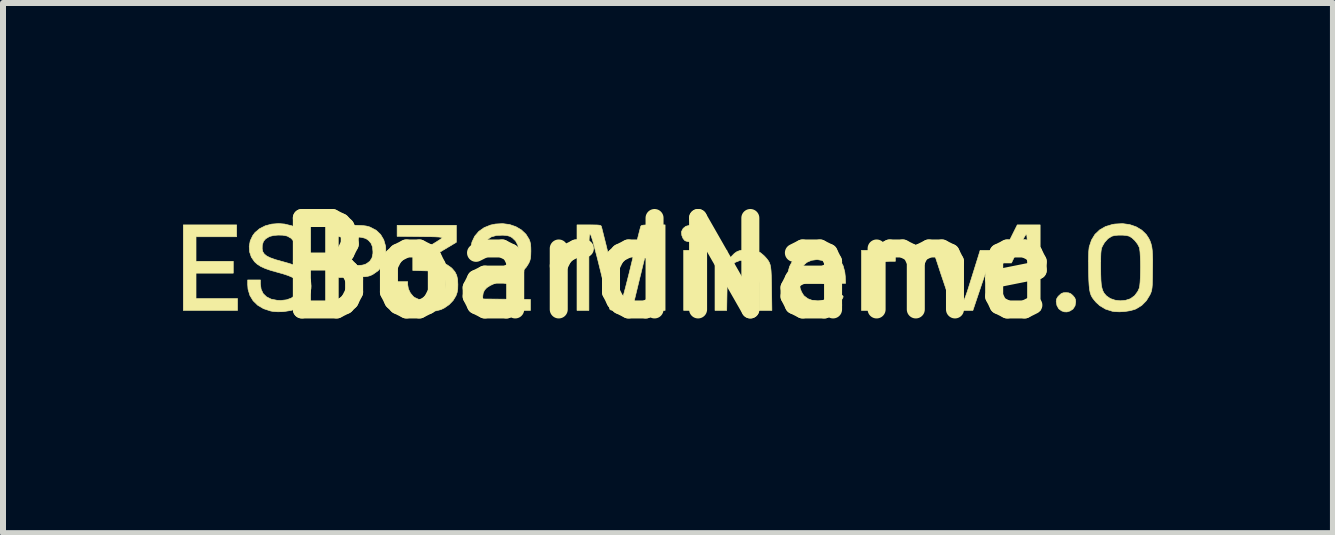
<source format=kicad_pcb>
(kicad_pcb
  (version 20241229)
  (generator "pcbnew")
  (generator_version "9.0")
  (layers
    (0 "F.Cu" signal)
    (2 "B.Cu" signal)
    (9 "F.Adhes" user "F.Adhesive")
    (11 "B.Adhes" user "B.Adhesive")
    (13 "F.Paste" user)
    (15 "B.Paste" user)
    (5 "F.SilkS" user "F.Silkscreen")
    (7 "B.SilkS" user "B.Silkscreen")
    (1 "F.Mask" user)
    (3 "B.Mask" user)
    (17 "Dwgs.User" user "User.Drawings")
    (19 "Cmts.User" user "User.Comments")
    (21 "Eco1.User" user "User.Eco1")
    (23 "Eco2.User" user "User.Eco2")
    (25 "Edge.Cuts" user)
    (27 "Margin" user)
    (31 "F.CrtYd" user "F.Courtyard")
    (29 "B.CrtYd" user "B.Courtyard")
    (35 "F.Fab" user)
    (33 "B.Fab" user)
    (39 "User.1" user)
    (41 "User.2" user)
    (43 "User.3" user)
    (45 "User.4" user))
  (footprint "BoardName"
    (layer "F.Cu")
    (at 8.077 1.418)
    (property "Reference" "BoardName" (at 0 0 0) (layer "F.SilkS") (effects (font (size 1.524 1.524) (thickness 0.3))))
    (attr through_hole)
    (fp_poly (pts (xy 0.466 0.706) (xy 0.268 0.706) (xy 0.268 -0.296) (xy 0.466 -0.296) (xy 0.466 0.706)) (stroke (width 0.01) (type solid)) (fill yes) (layer "F.SilkS"))
    (fp_poly (pts (xy -7.183 -0.522) (xy -7.86 -0.522) (xy -7.86 -0.113) (xy -7.239 -0.113) (xy -7.239 0.085) (xy -7.86 0.085) (xy -7.86 0.508) (xy -7.168 0.508) (xy -7.168 0.706) (xy -8.072 0.706) (xy -8.072 -0.72) (xy -7.183 -0.72) (xy -7.183 -0.522)) (stroke (width 0.01) (type solid)) (fill yes) (layer "F.SilkS"))
    (fp_poly (pts (xy 0.417 -0.704) (xy 0.429 -0.7) (xy 0.475 -0.672) (xy 0.5 -0.631) (xy 0.508 -0.572) (xy 0.508 -0.567) (xy 0.496 -0.508) (xy 0.462 -0.465) (xy 0.41 -0.441) (xy 0.375 -0.437) (xy 0.33 -0.443) (xy 0.292 -0.455) (xy 0.286 -0.459) (xy 0.257 -0.494) (xy 0.237 -0.543) (xy 0.231 -0.594) (xy 0.233 -0.611) (xy 0.259 -0.661) (xy 0.303 -0.696) (xy 0.358 -0.711) (xy 0.417 -0.704)) (stroke (width 0.01) (type solid)) (fill yes) (layer "F.SilkS"))
    (fp_poly (pts (xy 6.685 0.413) (xy 6.719 0.427) (xy 6.754 0.457) (xy 6.785 0.494) (xy 6.799 0.53) (xy 6.802 0.564) (xy 6.79 0.631) (xy 6.756 0.683) (xy 6.707 0.715) (xy 6.656 0.731) (xy 6.612 0.729) (xy 6.566 0.713) (xy 6.519 0.678) (xy 6.489 0.624) (xy 6.477 0.558) (xy 6.477 0.557) (xy 6.483 0.515) (xy 6.505 0.478) (xy 6.525 0.457) (xy 6.56 0.426) (xy 6.594 0.412) (xy 6.639 0.409) (xy 6.685 0.413)) (stroke (width 0.01) (type solid)) (fill yes) (layer "F.SilkS"))
    (fp_poly (pts (xy 3.429 -0.233) (xy 3.431 -0.195) (xy 3.437 -0.172) (xy 3.44 -0.169) (xy 3.455 -0.18) (xy 3.478 -0.205) (xy 3.484 -0.213) (xy 3.53 -0.257) (xy 3.592 -0.284) (xy 3.673 -0.296) (xy 3.704 -0.296) (xy 3.796 -0.296) (xy 3.796 -0.113) (xy 3.7 -0.113) (xy 3.607 -0.104) (xy 3.532 -0.077) (xy 3.477 -0.034) (xy 3.454 0) (xy 3.446 0.019) (xy 3.44 0.043) (xy 3.435 0.076) (xy 3.432 0.122) (xy 3.43 0.184) (xy 3.429 0.266) (xy 3.429 0.372) (xy 3.429 0.377) (xy 3.429 0.706) (xy 3.231 0.706) (xy 3.231 -0.296) (xy 3.429 -0.296) (xy 3.429 -0.233)) (stroke (width 0.01) (type solid)) (fill yes) (layer "F.SilkS"))
    (fp_poly (pts (xy 6.209 0.706) (xy 5.997 0.706) (xy 5.997 0.071) (xy 5.997 -0.085) (xy 5.997 -0.214) (xy 5.996 -0.319) (xy 5.994 -0.403) (xy 5.993 -0.466) (xy 5.99 -0.512) (xy 5.987 -0.542) (xy 5.984 -0.559) (xy 5.979 -0.564) (xy 5.979 -0.564) (xy 5.967 -0.552) (xy 5.946 -0.518) (xy 5.918 -0.467) (xy 5.884 -0.402) (xy 5.847 -0.327) (xy 5.846 -0.325) (xy 5.731 -0.085) (xy 5.624 -0.085) (xy 5.574 -0.086) (xy 5.536 -0.088) (xy 5.518 -0.091) (xy 5.517 -0.092) (xy 5.523 -0.106) (xy 5.541 -0.142) (xy 5.567 -0.196) (xy 5.601 -0.264) (xy 5.64 -0.344) (xy 5.673 -0.409) (xy 5.828 -0.72) (xy 6.209 -0.72) (xy 6.209 0.706)) (stroke (width 0.01) (type solid)) (fill yes) (layer "F.SilkS"))
    (fp_poly (pts (xy -5.366 -0.717) (xy -5.258 -0.715) (xy -5.174 -0.712) (xy -5.11 -0.71) (xy -5.062 -0.706) (xy -5.024 -0.701) (xy -4.994 -0.694) (xy -4.967 -0.686) (xy -4.951 -0.679) (xy -4.856 -0.629) (xy -4.783 -0.559) (xy -4.731 -0.471) (xy -4.701 -0.367) (xy -4.699 -0.355) (xy -4.695 -0.236) (xy -4.714 -0.129) (xy -4.758 -0.035) (xy -4.824 0.043) (xy -4.912 0.105) (xy -4.939 0.118) (xy -4.966 0.129) (xy -4.997 0.137) (xy -5.036 0.143) (xy -5.088 0.147) (xy -5.159 0.15) (xy -5.246 0.153) (xy -5.489 0.158) (xy -5.489 0.706) (xy -5.701 0.706) (xy -5.701 -0.522) (xy -5.489 -0.522) (xy -5.489 -0.042) (xy -5.284 -0.042) (xy -5.201 -0.043) (xy -5.14 -0.045) (xy -5.096 -0.048) (xy -5.064 -0.055) (xy -5.037 -0.064) (xy -5.022 -0.071) (xy -4.964 -0.113) (xy -4.928 -0.168) (xy -4.912 -0.241) (xy -4.911 -0.272) (xy -4.918 -0.351) (xy -4.942 -0.412) (xy -4.983 -0.46) (xy -5.016 -0.484) (xy -5.056 -0.501) (xy -5.108 -0.513) (xy -5.176 -0.519) (xy -5.266 -0.522) (xy -5.301 -0.522) (xy -5.489 -0.522) (xy -5.701 -0.522) (xy -5.701 -0.722) (xy -5.366 -0.717)) (stroke (width 0.01) (type solid)) (fill yes) (layer "F.SilkS"))
    (fp_poly (pts (xy 4.681 -0.166) (xy 4.698 -0.112) (xy 4.721 -0.037) (xy 4.749 0.052) (xy 4.779 0.148) (xy 4.809 0.244) (xy 4.813 0.257) (xy 4.846 0.363) (xy 4.873 0.443) (xy 4.894 0.5) (xy 4.91 0.534) (xy 4.922 0.549) (xy 4.925 0.55) (xy 4.935 0.541) (xy 4.95 0.512) (xy 4.969 0.463) (xy 4.995 0.39) (xy 5.026 0.292) (xy 5.037 0.257) (xy 5.067 0.161) (xy 5.097 0.065) (xy 5.125 -0.025) (xy 5.149 -0.102) (xy 5.167 -0.16) (xy 5.169 -0.166) (xy 5.209 -0.296) (xy 5.314 -0.296) (xy 5.364 -0.295) (xy 5.402 -0.292) (xy 5.419 -0.287) (xy 5.419 -0.286) (xy 5.415 -0.27) (xy 5.402 -0.231) (xy 5.383 -0.172) (xy 5.357 -0.094) (xy 5.327 -0.003) (xy 5.292 0.101) (xy 5.254 0.213) (xy 5.253 0.215) (xy 5.088 0.706) (xy 4.759 0.706) (xy 4.595 0.215) (xy 4.557 0.103) (xy 4.523 -0.001) (xy 4.493 -0.093) (xy 4.467 -0.17) (xy 4.448 -0.23) (xy 4.435 -0.27) (xy 4.431 -0.286) (xy 4.431 -0.286) (xy 4.444 -0.291) (xy 4.478 -0.295) (xy 4.527 -0.296) (xy 4.536 -0.296) (xy 4.64 -0.296) (xy 4.681 -0.166)) (stroke (width 0.01) (type solid)) (fill yes) (layer "F.SilkS"))
    (fp_poly (pts (xy 1.422 -0.299) (xy 1.491 -0.284) (xy 1.549 -0.255) (xy 1.604 -0.209) (xy 1.629 -0.183) (xy 1.657 -0.151) (xy 1.679 -0.121) (xy 1.696 -0.091) (xy 1.709 -0.055) (xy 1.718 -0.011) (xy 1.724 0.045) (xy 1.728 0.118) (xy 1.731 0.211) (xy 1.733 0.328) (xy 1.733 0.342) (xy 1.738 0.706) (xy 1.524 0.706) (xy 1.524 0.37) (xy 1.524 0.253) (xy 1.522 0.159) (xy 1.518 0.087) (xy 1.512 0.033) (xy 1.502 -0.008) (xy 1.488 -0.038) (xy 1.469 -0.062) (xy 1.444 -0.083) (xy 1.428 -0.094) (xy 1.358 -0.125) (xy 1.279 -0.135) (xy 1.2 -0.125) (xy 1.128 -0.096) (xy 1.083 -0.06) (xy 1.056 -0.03) (xy 1.035 0.001) (xy 1.02 0.036) (xy 1.009 0.079) (xy 1.001 0.135) (xy 0.996 0.208) (xy 0.992 0.301) (xy 0.99 0.399) (xy 0.985 0.706) (xy 0.79 0.706) (xy 0.79 -0.296) (xy 0.988 -0.296) (xy 0.988 -0.219) (xy 0.99 -0.176) (xy 0.996 -0.148) (xy 1.002 -0.141) (xy 1.019 -0.151) (xy 1.046 -0.176) (xy 1.068 -0.198) (xy 1.114 -0.245) (xy 1.158 -0.275) (xy 1.207 -0.293) (xy 1.27 -0.301) (xy 1.333 -0.303) (xy 1.422 -0.299)) (stroke (width 0.01) (type solid)) (fill yes) (layer "F.SilkS"))
    (fp_poly (pts (xy 2.585 -0.309) (xy 2.677 -0.286) (xy 2.758 -0.242) (xy 2.807 -0.203) (xy 2.878 -0.125) (xy 2.926 -0.037) (xy 2.953 0.065) (xy 2.961 0.136) (xy 2.967 0.254) (xy 2.201 0.254) (xy 2.201 0.29) (xy 2.21 0.341) (xy 2.233 0.399) (xy 2.265 0.451) (xy 2.276 0.464) (xy 2.337 0.51) (xy 2.416 0.54) (xy 2.505 0.55) (xy 2.589 0.541) (xy 2.657 0.513) (xy 2.716 0.461) (xy 2.732 0.442) (xy 2.775 0.385) (xy 2.855 0.426) (xy 2.898 0.448) (xy 2.921 0.464) (xy 2.926 0.478) (xy 2.92 0.496) (xy 2.915 0.505) (xy 2.88 0.554) (xy 2.829 0.607) (xy 2.769 0.654) (xy 2.712 0.689) (xy 2.706 0.691) (xy 2.632 0.714) (xy 2.543 0.726) (xy 2.45 0.728) (xy 2.365 0.718) (xy 2.342 0.712) (xy 2.249 0.674) (xy 2.163 0.617) (xy 2.093 0.547) (xy 2.078 0.526) (xy 2.029 0.429) (xy 2 0.318) (xy 1.99 0.201) (xy 2 0.099) (xy 2.198 0.099) (xy 2.764 0.099) (xy 2.749 0.046) (xy 2.715 -0.031) (xy 2.66 -0.088) (xy 2.588 -0.125) (xy 2.5 -0.141) (xy 2.484 -0.141) (xy 2.396 -0.129) (xy 2.32 -0.095) (xy 2.259 -0.041) (xy 2.218 0.028) (xy 2.208 0.06) (xy 2.198 0.099) (xy 2 0.099) (xy 2.002 0.084) (xy 2.033 -0.027) (xy 2.083 -0.122) (xy 2.153 -0.204) (xy 2.236 -0.263) (xy 2.335 -0.3) (xy 2.452 -0.315) (xy 2.477 -0.316) (xy 2.585 -0.309)) (stroke (width 0.01) (type solid)) (fill yes) (layer "F.SilkS"))
    (fp_poly (pts (xy -2.634 -0.726) (xy -2.529 -0.69) (xy -2.437 -0.636) (xy -2.361 -0.564) (xy -2.309 -0.481) (xy -2.294 -0.441) (xy -2.284 -0.398) (xy -2.28 -0.343) (xy -2.279 -0.282) (xy -2.281 -0.215) (xy -2.285 -0.167) (xy -2.294 -0.129) (xy -2.309 -0.092) (xy -2.317 -0.076) (xy -2.355 -0.016) (xy -2.403 0.037) (xy -2.465 0.084) (xy -2.545 0.128) (xy -2.645 0.171) (xy -2.77 0.216) (xy -2.776 0.218) (xy -2.88 0.255) (xy -2.958 0.291) (xy -3.015 0.328) (xy -3.052 0.369) (xy -3.073 0.415) (xy -3.08 0.459) (xy -3.083 0.515) (xy -2.685 0.519) (xy -2.286 0.523) (xy -2.286 0.706) (xy -3.302 0.706) (xy -3.302 0.617) (xy -3.293 0.483) (xy -3.268 0.368) (xy -3.227 0.274) (xy -3.171 0.202) (xy -3.164 0.196) (xy -3.101 0.15) (xy -3.014 0.105) (xy -2.902 0.059) (xy -2.799 0.023) (xy -2.69 -0.019) (xy -2.607 -0.063) (xy -2.547 -0.112) (xy -2.508 -0.169) (xy -2.488 -0.237) (xy -2.484 -0.297) (xy -2.496 -0.382) (xy -2.534 -0.453) (xy -2.592 -0.508) (xy -2.63 -0.529) (xy -2.673 -0.541) (xy -2.733 -0.547) (xy -2.746 -0.548) (xy -2.852 -0.544) (xy -2.938 -0.52) (xy -3.004 -0.476) (xy -3.051 -0.412) (xy -3.079 -0.328) (xy -3.082 -0.307) (xy -3.092 -0.24) (xy -3.292 -0.24) (xy -3.284 -0.323) (xy -3.261 -0.434) (xy -3.215 -0.531) (xy -3.147 -0.611) (xy -3.058 -0.674) (xy -2.951 -0.717) (xy -2.871 -0.734) (xy -2.75 -0.741) (xy -2.634 -0.726)) (stroke (width 0.01) (type solid)) (fill yes) (layer "F.SilkS"))
    (fp_poly (pts (xy -3.521 -0.43) (xy -3.757 -0.289) (xy -3.83 -0.245) (xy -3.894 -0.205) (xy -3.945 -0.171) (xy -3.979 -0.146) (xy -3.993 -0.133) (xy -3.993 -0.133) (xy -3.98 -0.123) (xy -3.943 -0.115) (xy -3.887 -0.109) (xy -3.884 -0.109) (xy -3.773 -0.093) (xy -3.682 -0.059) (xy -3.607 -0.007) (xy -3.591 0.008) (xy -3.545 0.062) (xy -3.516 0.119) (xy -3.5 0.187) (xy -3.496 0.273) (xy -3.496 0.275) (xy -3.498 0.349) (xy -3.508 0.407) (xy -3.527 0.461) (xy -3.528 0.463) (xy -3.574 0.539) (xy -3.641 0.609) (xy -3.722 0.665) (xy -3.778 0.692) (xy -3.859 0.713) (xy -3.955 0.726) (xy -4.054 0.728) (xy -4.144 0.719) (xy -4.163 0.716) (xy -4.279 0.677) (xy -4.376 0.619) (xy -4.451 0.544) (xy -4.505 0.452) (xy -4.536 0.345) (xy -4.54 0.308) (xy -4.548 0.226) (xy -4.332 0.226) (xy -4.332 0.278) (xy -4.32 0.347) (xy -4.287 0.416) (xy -4.24 0.472) (xy -4.219 0.489) (xy -4.141 0.525) (xy -4.052 0.543) (xy -3.959 0.542) (xy -3.906 0.531) (xy -3.854 0.512) (xy -3.805 0.487) (xy -3.784 0.472) (xy -3.74 0.419) (xy -3.711 0.352) (xy -3.7 0.278) (xy -3.707 0.207) (xy -3.733 0.147) (xy -3.735 0.143) (xy -3.767 0.108) (xy -3.806 0.082) (xy -3.856 0.064) (xy -3.924 0.053) (xy -4.013 0.046) (xy -4.06 0.045) (xy -4.247 0.04) (xy -4.247 -0.205) (xy -4.005 -0.346) (xy -3.93 -0.39) (xy -3.865 -0.43) (xy -3.811 -0.464) (xy -3.774 -0.489) (xy -3.758 -0.503) (xy -3.757 -0.504) (xy -3.762 -0.51) (xy -3.781 -0.514) (xy -3.817 -0.518) (xy -3.872 -0.521) (xy -3.949 -0.523) (xy -4.05 -0.524) (xy -4.13 -0.525) (xy -4.508 -0.529) (xy -4.508 -0.713) (xy -3.521 -0.713) (xy -3.521 -0.43)) (stroke (width 0.01) (type solid)) (fill yes) (layer "F.SilkS"))
    (fp_poly (pts (xy -6.384 -0.734) (xy -6.261 -0.704) (xy -6.159 -0.657) (xy -6.08 -0.592) (xy -6.022 -0.509) (xy -5.986 -0.409) (xy -5.973 -0.327) (xy -5.965 -0.226) (xy -6.181 -0.226) (xy -6.181 -0.279) (xy -6.192 -0.364) (xy -6.224 -0.438) (xy -6.274 -0.496) (xy -6.339 -0.533) (xy -6.351 -0.536) (xy -6.415 -0.548) (xy -6.49 -0.55) (xy -6.564 -0.544) (xy -6.626 -0.529) (xy -6.639 -0.524) (xy -6.699 -0.488) (xy -6.736 -0.445) (xy -6.754 -0.388) (xy -6.756 -0.375) (xy -6.757 -0.319) (xy -6.747 -0.273) (xy -6.722 -0.234) (xy -6.68 -0.2) (xy -6.618 -0.17) (xy -6.533 -0.14) (xy -6.423 -0.109) (xy -6.417 -0.108) (xy -6.279 -0.068) (xy -6.168 -0.025) (xy -6.081 0.023) (xy -6.017 0.077) (xy -5.973 0.14) (xy -5.949 0.213) (xy -5.942 0.298) (xy -5.944 0.343) (xy -5.965 0.446) (xy -6.01 0.535) (xy -6.076 0.609) (xy -6.164 0.666) (xy -6.271 0.705) (xy -6.396 0.725) (xy -6.418 0.727) (xy -6.5 0.728) (xy -6.575 0.723) (xy -6.618 0.715) (xy -6.734 0.677) (xy -6.832 0.619) (xy -6.908 0.545) (xy -6.962 0.456) (xy -6.993 0.353) (xy -6.999 0.273) (xy -6.999 0.198) (xy -6.787 0.198) (xy -6.787 0.265) (xy -6.775 0.353) (xy -6.741 0.425) (xy -6.684 0.48) (xy -6.607 0.518) (xy -6.509 0.537) (xy -6.446 0.54) (xy -6.352 0.529) (xy -6.273 0.501) (xy -6.212 0.458) (xy -6.171 0.401) (xy -6.153 0.333) (xy -6.152 0.319) (xy -6.157 0.267) (xy -6.174 0.224) (xy -6.205 0.187) (xy -6.253 0.155) (xy -6.322 0.125) (xy -6.413 0.095) (xy -6.496 0.072) (xy -6.614 0.039) (xy -6.709 0.006) (xy -6.783 -0.028) (xy -6.841 -0.066) (xy -6.885 -0.106) (xy -6.938 -0.183) (xy -6.967 -0.27) (xy -6.973 -0.362) (xy -6.956 -0.455) (xy -6.915 -0.541) (xy -6.877 -0.592) (xy -6.801 -0.656) (xy -6.707 -0.704) (xy -6.599 -0.733) (xy -6.482 -0.742) (xy -6.384 -0.734)) (stroke (width 0.01) (type solid)) (fill yes) (layer "F.SilkS"))
    (fp_poly (pts (xy -1.233 -0.719) (xy -1.177 -0.718) (xy -1.141 -0.715) (xy -1.119 -0.71) (xy -1.108 -0.702) (xy -1.104 -0.695) (xy -1.099 -0.676) (xy -1.088 -0.633) (xy -1.072 -0.569) (xy -1.051 -0.485) (xy -1.026 -0.386) (xy -0.999 -0.274) (xy -0.969 -0.151) (xy -0.946 -0.056) (xy -0.907 0.101) (xy -0.874 0.233) (xy -0.847 0.34) (xy -0.824 0.423) (xy -0.806 0.486) (xy -0.793 0.528) (xy -0.783 0.551) (xy -0.776 0.557) (xy -0.769 0.549) (xy -0.759 0.524) (xy -0.745 0.479) (xy -0.726 0.415) (xy -0.703 0.328) (xy -0.675 0.218) (xy -0.641 0.084) (xy -0.607 -0.056) (xy -0.576 -0.184) (xy -0.546 -0.304) (xy -0.519 -0.413) (xy -0.496 -0.509) (xy -0.476 -0.588) (xy -0.461 -0.647) (xy -0.451 -0.684) (xy -0.448 -0.695) (xy -0.441 -0.705) (xy -0.427 -0.712) (xy -0.402 -0.716) (xy -0.36 -0.719) (xy -0.297 -0.72) (xy -0.24 -0.72) (xy -0.042 -0.72) (xy -0.042 0.706) (xy -0.254 0.706) (xy -0.254 0.069) (xy -0.254 -0.088) (xy -0.255 -0.22) (xy -0.256 -0.327) (xy -0.257 -0.411) (xy -0.259 -0.475) (xy -0.262 -0.52) (xy -0.265 -0.547) (xy -0.269 -0.56) (xy -0.271 -0.561) (xy -0.284 -0.545) (xy -0.298 -0.511) (xy -0.305 -0.486) (xy -0.312 -0.457) (xy -0.325 -0.404) (xy -0.343 -0.331) (xy -0.365 -0.24) (xy -0.39 -0.135) (xy -0.419 -0.019) (xy -0.448 0.103) (xy -0.459 0.145) (xy -0.595 0.706) (xy -0.777 0.706) (xy -0.852 0.705) (xy -0.903 0.704) (xy -0.935 0.701) (xy -0.953 0.696) (xy -0.962 0.687) (xy -0.966 0.674) (xy -0.967 0.674) (xy -1.021 0.449) (xy -1.069 0.251) (xy -1.111 0.077) (xy -1.148 -0.073) (xy -1.18 -0.2) (xy -1.208 -0.305) (xy -1.231 -0.391) (xy -1.249 -0.458) (xy -1.265 -0.507) (xy -1.276 -0.54) (xy -1.285 -0.558) (xy -1.289 -0.562) (xy -1.295 -0.561) (xy -1.299 -0.555) (xy -1.303 -0.54) (xy -1.306 -0.516) (xy -1.308 -0.478) (xy -1.31 -0.426) (xy -1.311 -0.356) (xy -1.312 -0.266) (xy -1.312 -0.154) (xy -1.312 -0.018) (xy -1.312 0.07) (xy -1.312 0.706) (xy -1.51 0.706) (xy -1.51 -0.72) (xy -1.312 -0.72) (xy -1.233 -0.719)) (stroke (width 0.01) (type solid)) (fill yes) (layer "F.SilkS"))
    (fp_poly (pts (xy 7.701 -0.725) (xy 7.809 -0.688) (xy 7.903 -0.632) (xy 7.978 -0.559) (xy 8.018 -0.498) (xy 8.04 -0.454) (xy 8.056 -0.409) (xy 8.069 -0.359) (xy 8.077 -0.3) (xy 8.082 -0.228) (xy 8.085 -0.138) (xy 8.084 -0.027) (xy 8.083 0.042) (xy 8.082 0.145) (xy 8.08 0.224) (xy 8.078 0.283) (xy 8.074 0.328) (xy 8.069 0.361) (xy 8.062 0.389) (xy 8.053 0.415) (xy 8.04 0.443) (xy 8.038 0.448) (xy 7.979 0.544) (xy 7.902 0.622) (xy 7.809 0.679) (xy 7.782 0.69) (xy 7.709 0.71) (xy 7.62 0.724) (xy 7.529 0.729) (xy 7.447 0.725) (xy 7.413 0.72) (xy 7.299 0.684) (xy 7.202 0.626) (xy 7.141 0.57) (xy 7.107 0.53) (xy 7.079 0.493) (xy 7.058 0.454) (xy 7.043 0.409) (xy 7.032 0.355) (xy 7.025 0.286) (xy 7.02 0.199) (xy 7.017 0.089) (xy 7.016 0.042) (xy 7.016 -0.014) (xy 7.218 -0.014) (xy 7.219 0.105) (xy 7.222 0.2) (xy 7.228 0.275) (xy 7.239 0.333) (xy 7.254 0.379) (xy 7.274 0.417) (xy 7.302 0.45) (xy 7.316 0.465) (xy 7.379 0.508) (xy 7.458 0.535) (xy 7.545 0.545) (xy 7.633 0.537) (xy 7.714 0.511) (xy 7.718 0.508) (xy 7.785 0.459) (xy 7.837 0.388) (xy 7.862 0.332) (xy 7.869 0.294) (xy 7.875 0.234) (xy 7.879 0.158) (xy 7.881 0.071) (xy 7.882 -0.021) (xy 7.881 -0.112) (xy 7.878 -0.196) (xy 7.874 -0.267) (xy 7.867 -0.321) (xy 7.862 -0.344) (xy 7.833 -0.4) (xy 7.79 -0.456) (xy 7.74 -0.503) (xy 7.695 -0.531) (xy 7.647 -0.543) (xy 7.584 -0.549) (xy 7.515 -0.549) (xy 7.451 -0.543) (xy 7.404 -0.531) (xy 7.339 -0.49) (xy 7.282 -0.426) (xy 7.248 -0.367) (xy 7.237 -0.343) (xy 7.23 -0.318) (xy 7.225 -0.288) (xy 7.221 -0.247) (xy 7.219 -0.192) (xy 7.218 -0.117) (xy 7.218 -0.02) (xy 7.218 -0.014) (xy 7.016 -0.014) (xy 7.015 -0.093) (xy 7.016 -0.201) (xy 7.019 -0.283) (xy 7.025 -0.34) (xy 7.027 -0.353) (xy 7.065 -0.467) (xy 7.123 -0.562) (xy 7.202 -0.637) (xy 7.3 -0.693) (xy 7.417 -0.728) (xy 7.456 -0.734) (xy 7.583 -0.741) (xy 7.701 -0.725)) (stroke (width 0.01) (type solid)) (fill yes) (layer "F.SilkS")))
  (gr_rect
    (start -3 -3)
    (end 19.166 5.836)
    (stroke (width 0.1) (type default))
    (fill no)
    (layer "Edge.Cuts")))
</source>
